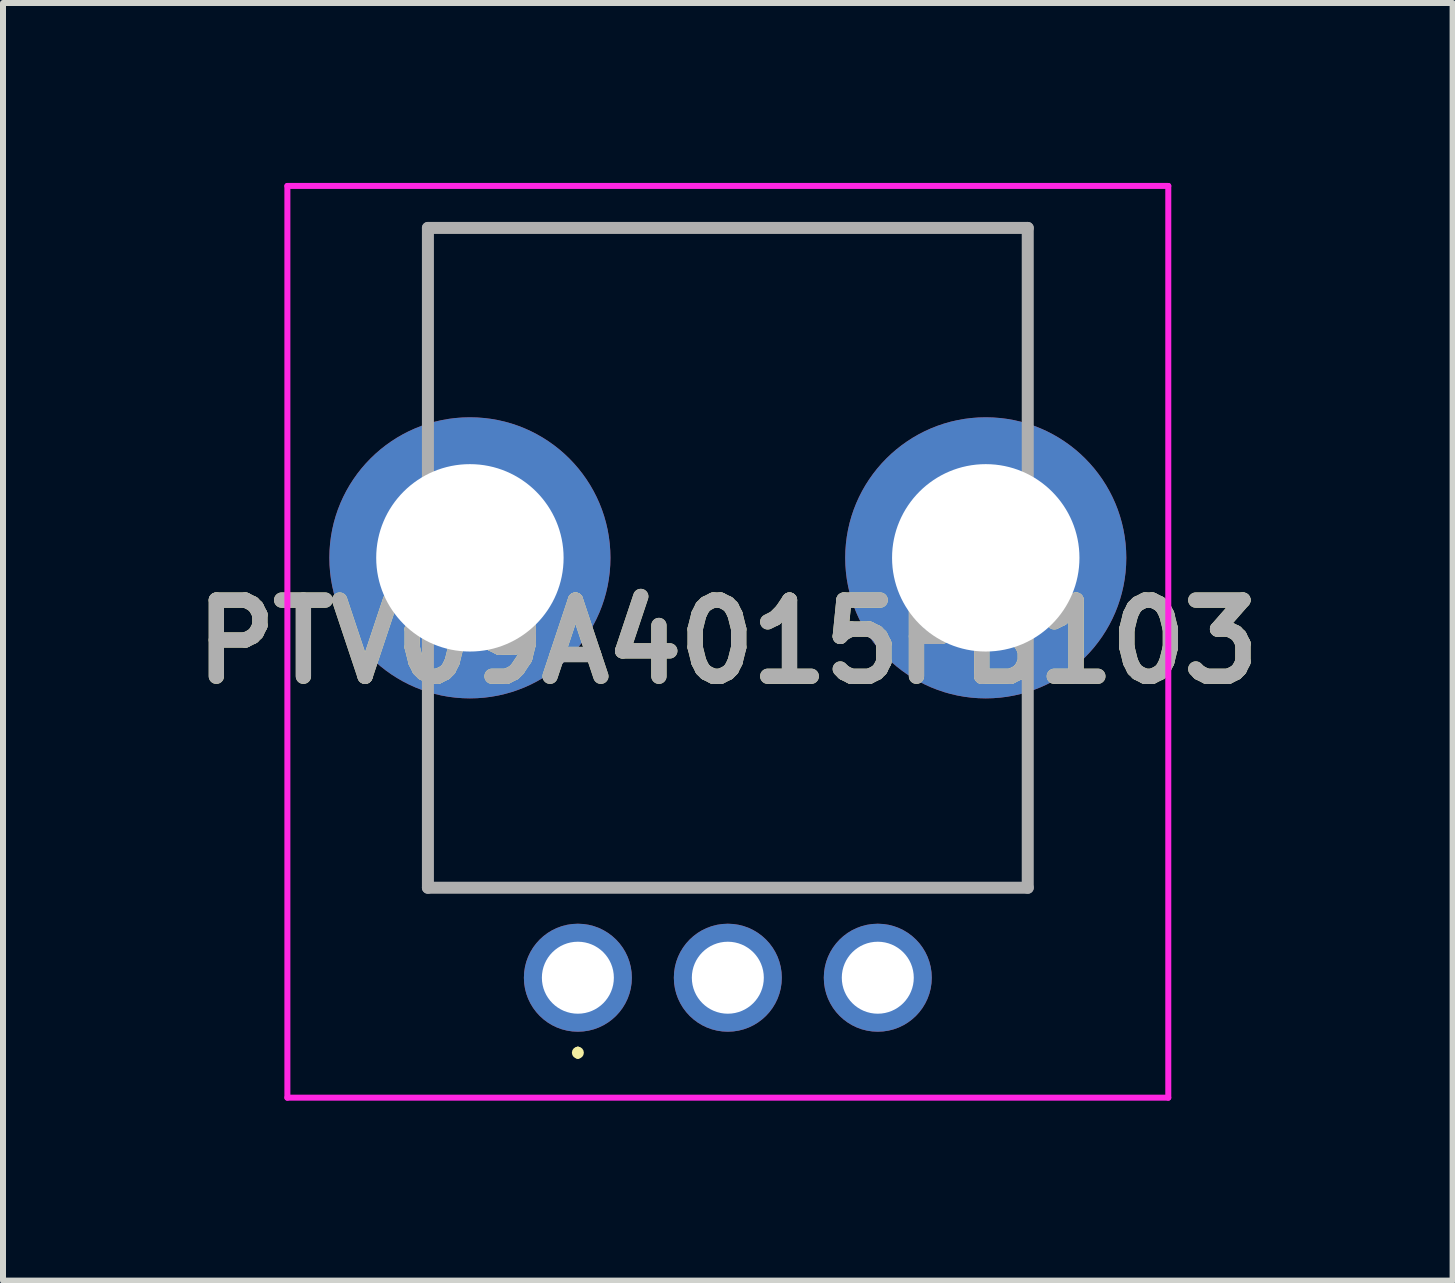
<source format=kicad_pcb>
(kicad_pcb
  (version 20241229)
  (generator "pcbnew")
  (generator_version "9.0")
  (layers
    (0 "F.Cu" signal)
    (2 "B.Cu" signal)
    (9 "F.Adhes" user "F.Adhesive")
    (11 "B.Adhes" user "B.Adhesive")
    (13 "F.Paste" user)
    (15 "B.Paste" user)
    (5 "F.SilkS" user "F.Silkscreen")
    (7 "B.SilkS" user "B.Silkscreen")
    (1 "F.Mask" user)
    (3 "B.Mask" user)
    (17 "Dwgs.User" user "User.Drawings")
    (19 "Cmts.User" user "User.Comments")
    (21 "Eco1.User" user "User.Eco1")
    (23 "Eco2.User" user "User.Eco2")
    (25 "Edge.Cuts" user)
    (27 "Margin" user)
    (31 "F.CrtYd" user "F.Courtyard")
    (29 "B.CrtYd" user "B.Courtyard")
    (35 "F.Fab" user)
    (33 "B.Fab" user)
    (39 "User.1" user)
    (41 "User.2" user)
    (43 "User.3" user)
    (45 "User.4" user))
  (footprint "PTV09A4015FB103"
    (layer "F.Cu")
    (at 9.084 6.35)
    (property "Reference" "PTV09A4015FB103" (at 0 1.3 0) (layer "F.SilkS") (effects (font (size 1.27 1.27) (thickness 0.254))))
    (attr through_hole)
    (fp_line (start -5 -5.6) (end 5 -5.6) (stroke (width 0.1) (type solid)) (layer "F.SilkS"))
    (fp_line (start -5 -3.1) (end -5 -5.6) (stroke (width 0.1) (type solid)) (layer "F.SilkS"))
    (fp_line (start -5 2.9) (end -5 5.4) (stroke (width 0.1) (type solid)) (layer "F.SilkS"))
    (fp_line (start -5 5.4) (end 5 5.4) (stroke (width 0.1) (type solid)) (layer "F.SilkS"))
    (fp_line (start -2.5 8.1) (end -2.5 8.1) (stroke (width 0.1) (type solid)) (layer "F.SilkS"))
    (fp_line (start -2.5 8.2) (end -2.5 8.2) (stroke (width 0.1) (type solid)) (layer "F.SilkS"))
    (fp_line (start 5 -5.6) (end 5 -3.1) (stroke (width 0.1) (type solid)) (layer "F.SilkS"))
    (fp_line (start 5 5.4) (end 5 2.9) (stroke (width 0.1) (type solid)) (layer "F.SilkS"))
    (fp_arc (start -2.5 8.1) (mid -2.45 8.15) (end -2.5 8.2) (stroke (width 0.1) (type solid)) (layer "F.SilkS"))
    (fp_arc (start -2.5 8.2) (mid -2.55 8.15) (end -2.5 8.1) (stroke (width 0.1) (type solid)) (layer "F.SilkS"))
    (fp_line (start -7.343 -6.3) (end 7.343 -6.3) (stroke (width 0.1) (type solid)) (layer "F.CrtYd"))
    (fp_line (start -7.343 8.9) (end -7.343 -6.3) (stroke (width 0.1) (type solid)) (layer "F.CrtYd"))
    (fp_line (start 7.343 -6.3) (end 7.343 8.9) (stroke (width 0.1) (type solid)) (layer "F.CrtYd"))
    (fp_line (start 7.343 8.9) (end -7.343 8.9) (stroke (width 0.1) (type solid)) (layer "F.CrtYd"))
    (fp_line (start -5 -5.6) (end 5 -5.6) (stroke (width 0.2) (type solid)) (layer "F.Fab"))
    (fp_line (start -5 5.4) (end -5 -5.6) (stroke (width 0.2) (type solid)) (layer "F.Fab"))
    (fp_line (start 5 -5.6) (end 5 5.4) (stroke (width 0.2) (type solid)) (layer "F.Fab"))
    (fp_line (start 5 5.4) (end -5 5.4) (stroke (width 0.2) (type solid)) (layer "F.Fab"))
    (fp_text user "${REFERENCE}" (at 0 1.3 0) (layer "F.Fab") (effects (font (size 1.27 1.27) (thickness 0.254))))
    (pad "1" thru_hole circle (at -2.5 6.9) (size 1.8 1.8) (drill 1.2) (layers "*.Cu" "*.Mask"))
    (pad "2" thru_hole circle (at 0 6.9) (size 1.8 1.8) (drill 1.2) (layers "*.Cu" "*.Mask"))
    (pad "3" thru_hole circle (at 2.5 6.9) (size 1.8 1.8) (drill 1.2) (layers "*.Cu" "*.Mask"))
    (pad "MH1" thru_hole circle (at -4.3 -0.1) (size 4.686 4.686) (drill 3.124) (layers "*.Cu" "*.Mask"))
    (pad "MH2" thru_hole circle (at 4.3 -0.1) (size 4.686 4.686) (drill 3.124) (layers "*.Cu" "*.Mask")))
  (gr_rect
    (start -3 -3)
    (end 21.167 18.3)
    (stroke (width 0.1) (type default))
    (fill no)
    (layer "Edge.Cuts")))
</source>
